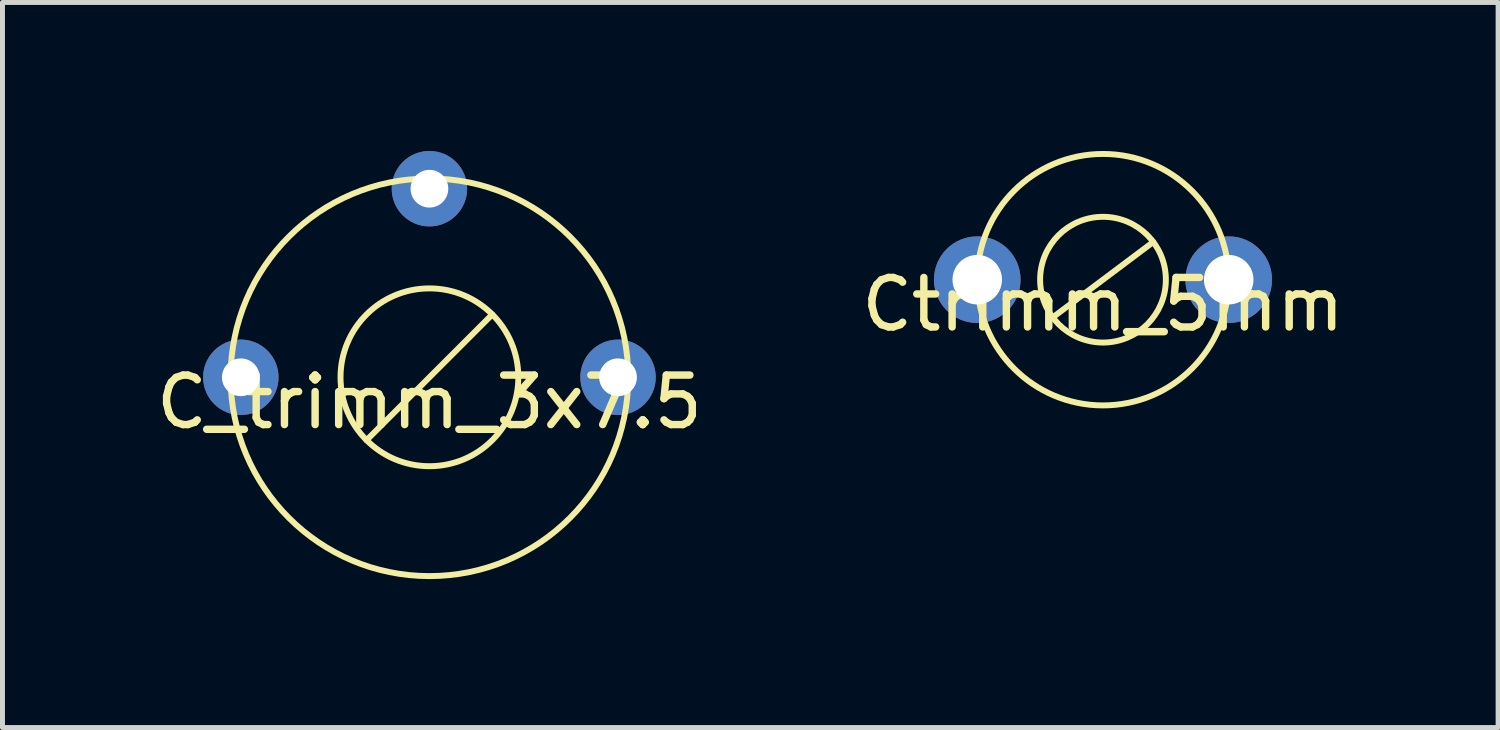
<source format=kicad_pcb>
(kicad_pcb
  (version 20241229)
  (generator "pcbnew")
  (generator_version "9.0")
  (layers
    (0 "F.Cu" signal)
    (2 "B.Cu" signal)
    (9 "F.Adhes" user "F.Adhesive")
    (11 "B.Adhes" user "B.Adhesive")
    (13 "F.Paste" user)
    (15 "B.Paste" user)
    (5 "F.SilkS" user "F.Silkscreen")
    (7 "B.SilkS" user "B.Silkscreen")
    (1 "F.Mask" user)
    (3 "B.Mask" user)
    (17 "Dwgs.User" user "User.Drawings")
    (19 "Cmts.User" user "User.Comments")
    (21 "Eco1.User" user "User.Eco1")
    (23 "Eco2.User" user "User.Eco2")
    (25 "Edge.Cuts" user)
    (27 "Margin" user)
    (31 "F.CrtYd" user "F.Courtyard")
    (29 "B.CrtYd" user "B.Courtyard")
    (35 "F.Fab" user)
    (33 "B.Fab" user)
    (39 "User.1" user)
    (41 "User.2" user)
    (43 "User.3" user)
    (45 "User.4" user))
  (footprint "C_trimm_3x7.5"
    (layer "F.Cu")
    (at 5.625 4.572)
    (property "Reference" "C_trimm_3x7.5" (at 0 0.5 0) (layer "F.SilkS") (effects (font (size 1 1) (thickness 0.15))))
    (attr through_hole)
    (fp_line (start -1.27 1.27) (end 1.27 -1.27) (stroke (width 0.12) (type solid)) (layer "F.SilkS"))
    (fp_circle (center 0 0) (end -1.27 -3.81) (stroke (width 0.12) (type solid)) (fill no) (layer "F.SilkS"))
    (fp_circle (center 0 0) (end -1.27 -1.27) (stroke (width 0.12) (type solid)) (fill no) (layer "F.SilkS"))
    (pad "1" thru_hole circle (at -3.81 0) (size 1.524 1.524) (drill 0.762) (layers "*.Cu" "*.Mask"))
    (pad "2" thru_hole circle (at 3.81 0) (size 1.524 1.524) (drill 0.762) (layers "*.Cu" "*.Mask"))
    (pad "3" thru_hole circle (at 0 -3.81) (size 1.524 1.524) (drill 0.762) (layers "*.Cu" "*.Mask")))
  (footprint "Ctrimm_5mm"
    (layer "F.Cu")
    (at 19.232 2.6)
    (property "Reference" "Ctrimm_5mm" (at 0 0.5 0) (layer "F.SilkS") (effects (font (size 1 1) (thickness 0.15))))
    (attr through_hole)
    (fp_line (start -1.016 0.762) (end 1.016 -0.762) (stroke (width 0.12) (type solid)) (layer "F.SilkS"))
    (fp_circle (center 0 0) (end -2.54 0) (stroke (width 0.12) (type solid)) (fill no) (layer "F.SilkS"))
    (fp_circle (center 0 0) (end -1.27 0) (stroke (width 0.12) (type solid)) (fill no) (layer "F.SilkS"))
    (pad "1" thru_hole circle (at -2.54 0) (size 1.75 1.75) (drill 1) (layers "*.Cu" "*.Mask"))
    (pad "2" thru_hole circle (at 2.54 0) (size 1.75 1.75) (drill 1) (layers "*.Cu" "*.Mask")))
  (gr_rect
    (start -3 -3)
    (end 27.214 11.648)
    (stroke (width 0.1) (type default))
    (fill no)
    (layer "Edge.Cuts")))
</source>
